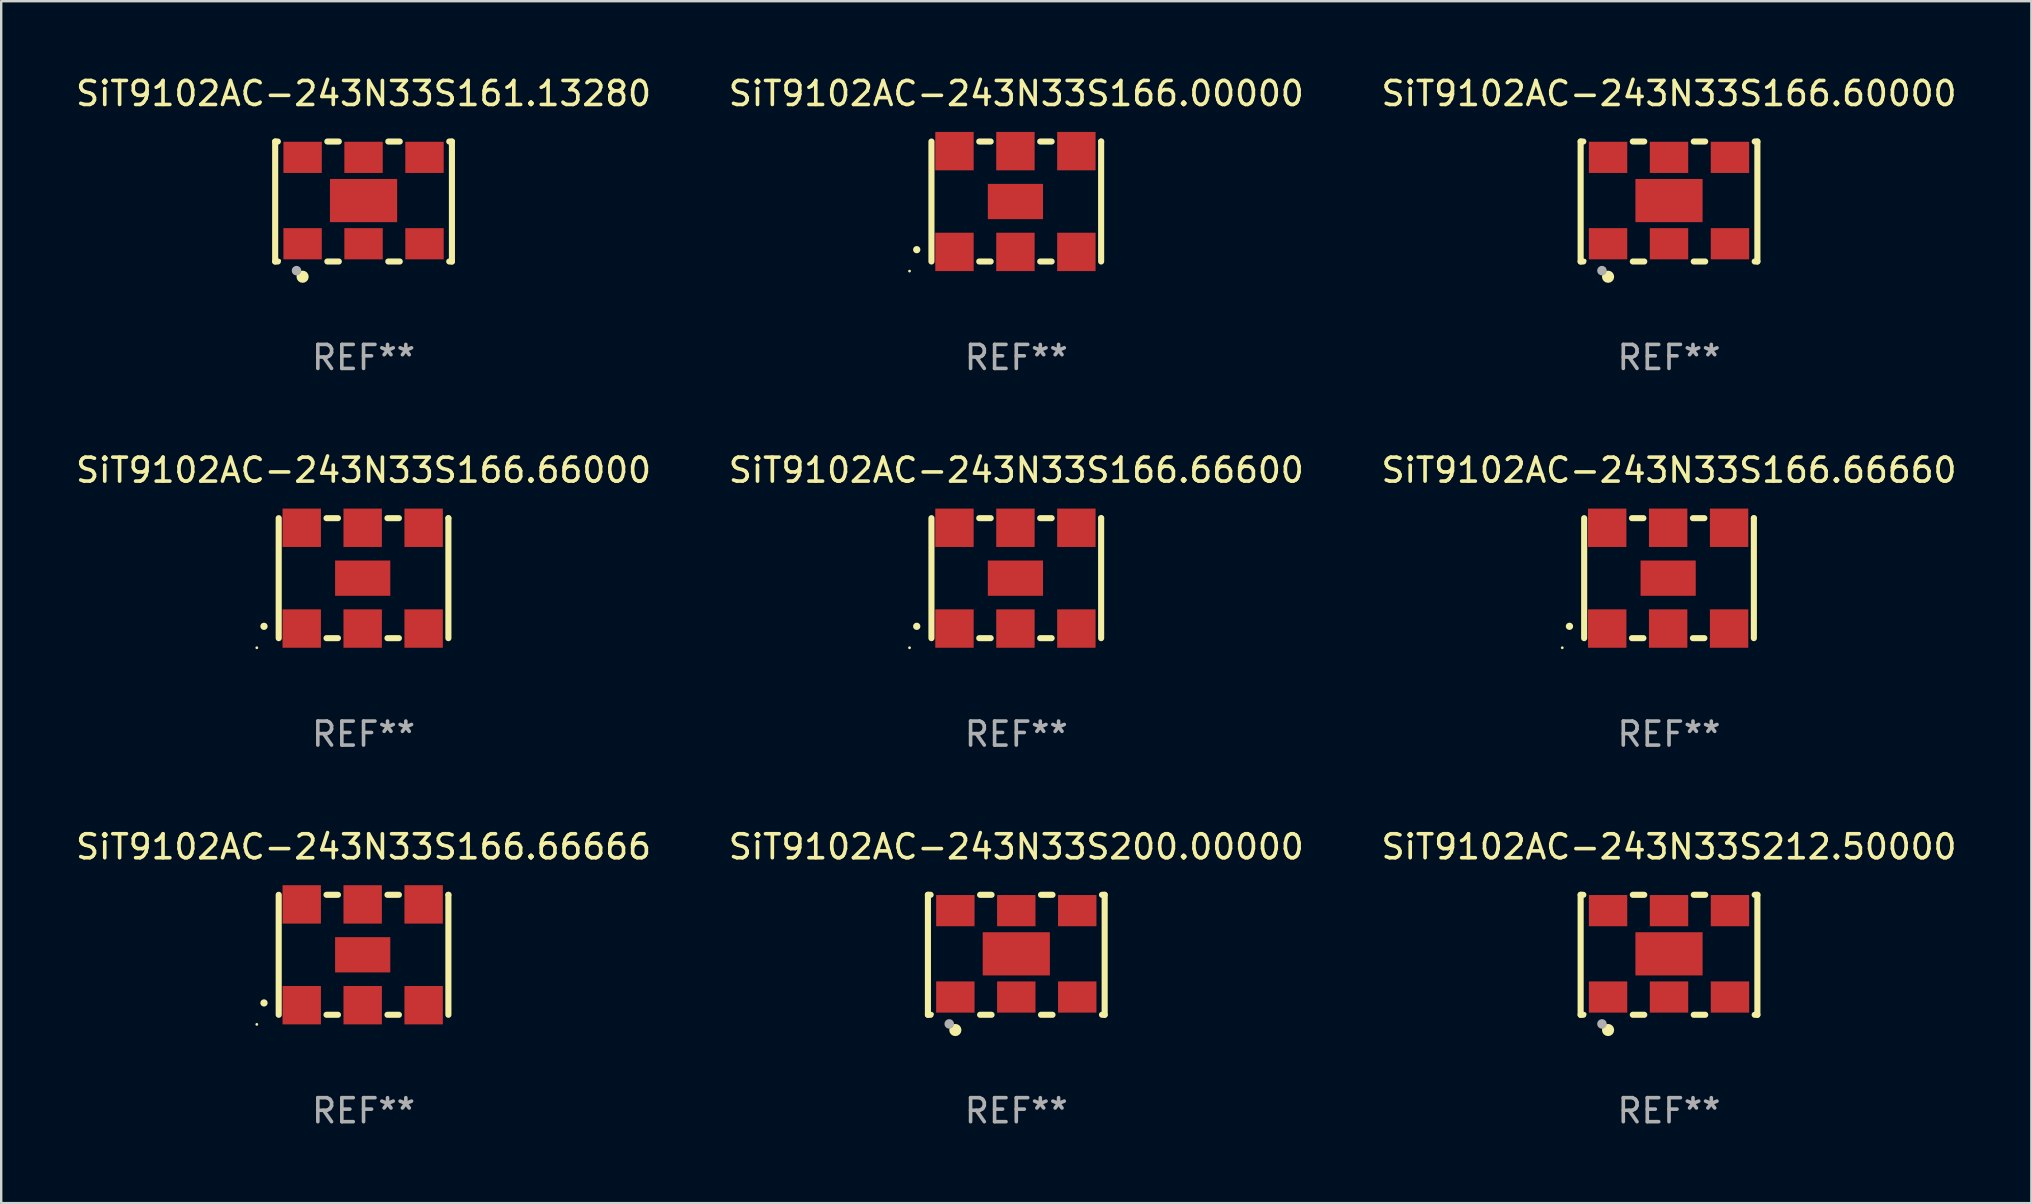
<source format=kicad_pcb>
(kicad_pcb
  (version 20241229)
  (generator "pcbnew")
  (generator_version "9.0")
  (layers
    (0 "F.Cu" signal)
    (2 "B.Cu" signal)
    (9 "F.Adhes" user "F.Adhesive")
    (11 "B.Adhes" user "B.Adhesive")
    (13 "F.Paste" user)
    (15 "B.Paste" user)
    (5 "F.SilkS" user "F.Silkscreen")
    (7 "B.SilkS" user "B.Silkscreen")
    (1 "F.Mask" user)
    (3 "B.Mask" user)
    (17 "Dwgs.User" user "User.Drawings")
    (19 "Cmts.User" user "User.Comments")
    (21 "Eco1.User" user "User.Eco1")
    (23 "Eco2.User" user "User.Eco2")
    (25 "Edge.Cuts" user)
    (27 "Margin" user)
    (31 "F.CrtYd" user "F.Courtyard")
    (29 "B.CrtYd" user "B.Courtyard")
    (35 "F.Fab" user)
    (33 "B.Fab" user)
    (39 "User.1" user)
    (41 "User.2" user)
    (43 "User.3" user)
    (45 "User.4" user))
  (footprint "SiT9102AC-243N33S161.13280"
    (layer "F.Cu")
    (at 12.101 5.348)
    (property "Reference" "SiT9102AC-243N33S161.13280" (at 0 -4.5 0) (layer "F.SilkS") (effects (font (size 1 1) (thickness 0.15))))
    (attr through_hole)
    (fp_line (start -3.683 -2.5) (end -3.571 -2.5) (stroke (width 0.254) (type solid)) (layer "F.SilkS"))
    (fp_line (start -3.683 2.5) (end -3.683 -2.5) (stroke (width 0.254) (type solid)) (layer "F.SilkS"))
    (fp_line (start -3.683 2.5) (end -3.571 2.5) (stroke (width 0.254) (type solid)) (layer "F.SilkS"))
    (fp_line (start -1.509 -2.5) (end -1.031 -2.5) (stroke (width 0.254) (type solid)) (layer "F.SilkS"))
    (fp_line (start -1.509 2.5) (end -1.031 2.5) (stroke (width 0.254) (type solid)) (layer "F.SilkS"))
    (fp_line (start 1.031 -2.5) (end 1.509 -2.5) (stroke (width 0.254) (type solid)) (layer "F.SilkS"))
    (fp_line (start 1.031 2.5) (end 1.509 2.5) (stroke (width 0.254) (type solid)) (layer "F.SilkS"))
    (fp_line (start 3.571 -2.5) (end 3.683 -2.5) (stroke (width 0.254) (type solid)) (layer "F.SilkS"))
    (fp_line (start 3.571 2.5) (end 3.683 2.5) (stroke (width 0.254) (type solid)) (layer "F.SilkS"))
    (fp_line (start 3.683 2.5) (end 3.683 -2.5) (stroke (width 0.254) (type solid)) (layer "F.SilkS"))
    (fp_circle (center -3.5 2.46) (end -3.47 2.46) (stroke (width 0.06) (type solid)) (fill no) (layer "F.SilkS"))
    (fp_circle (center -2.54 3.135) (end -2.413 3.135) (stroke (width 0.254) (type solid)) (fill no) (layer "F.SilkS"))
    (fp_circle (center -2.794 2.881) (end -2.694 2.881) (stroke (width 0.2) (type solid)) (fill no) (layer "F.Fab"))
    (fp_text user "REF**" (at 0 6.5 0) (layer "F.Fab") (effects (font (size 1 1) (thickness 0.15))))
    (pad "1" smd rect (at -2.54 1.76) (size 1.6 1.3) (layers "F.Cu" "F.Mask" "F.Paste"))
    (pad "2" smd rect (at 0 1.76) (size 1.6 1.3) (layers "F.Cu" "F.Mask" "F.Paste"))
    (pad "3" smd rect (at 2.54 1.76) (size 1.6 1.3) (layers "F.Cu" "F.Mask" "F.Paste"))
    (pad "4" smd rect (at 2.54 -1.84) (size 1.6 1.3) (layers "F.Cu" "F.Mask" "F.Paste"))
    (pad "5" smd rect (at 0 -1.84) (size 1.6 1.3) (layers "F.Cu" "F.Mask" "F.Paste"))
    (pad "6" smd rect (at -2.54 -1.84) (size 1.6 1.3) (layers "F.Cu" "F.Mask" "F.Paste"))
    (pad "7" smd rect (at 0 -0.04) (size 2.8 1.8) (layers "F.Cu" "F.Mask" "F.Paste")))
  (footprint "SiT9102AC-243N33S200.00000"
    (layer "F.Cu")
    (at 39.304 36.741)
    (property "Reference" "SiT9102AC-243N33S200.00000" (at 0 -4.5 0) (layer "F.SilkS") (effects (font (size 1 1) (thickness 0.15))))
    (attr through_hole)
    (fp_line (start -3.683 -2.5) (end -3.571 -2.5) (stroke (width 0.254) (type solid)) (layer "F.SilkS"))
    (fp_line (start -3.683 2.5) (end -3.683 -2.5) (stroke (width 0.254) (type solid)) (layer "F.SilkS"))
    (fp_line (start -3.683 2.5) (end -3.571 2.5) (stroke (width 0.254) (type solid)) (layer "F.SilkS"))
    (fp_line (start -1.509 -2.5) (end -1.031 -2.5) (stroke (width 0.254) (type solid)) (layer "F.SilkS"))
    (fp_line (start -1.509 2.5) (end -1.031 2.5) (stroke (width 0.254) (type solid)) (layer "F.SilkS"))
    (fp_line (start 1.031 -2.5) (end 1.509 -2.5) (stroke (width 0.254) (type solid)) (layer "F.SilkS"))
    (fp_line (start 1.031 2.5) (end 1.509 2.5) (stroke (width 0.254) (type solid)) (layer "F.SilkS"))
    (fp_line (start 3.571 -2.5) (end 3.683 -2.5) (stroke (width 0.254) (type solid)) (layer "F.SilkS"))
    (fp_line (start 3.571 2.5) (end 3.683 2.5) (stroke (width 0.254) (type solid)) (layer "F.SilkS"))
    (fp_line (start 3.683 2.5) (end 3.683 -2.5) (stroke (width 0.254) (type solid)) (layer "F.SilkS"))
    (fp_circle (center -3.5 2.46) (end -3.47 2.46) (stroke (width 0.06) (type solid)) (fill no) (layer "F.SilkS"))
    (fp_circle (center -2.54 3.135) (end -2.413 3.135) (stroke (width 0.254) (type solid)) (fill no) (layer "F.SilkS"))
    (fp_circle (center -2.794 2.881) (end -2.694 2.881) (stroke (width 0.2) (type solid)) (fill no) (layer "F.Fab"))
    (fp_text user "REF**" (at 0 6.5 0) (layer "F.Fab") (effects (font (size 1 1) (thickness 0.15))))
    (pad "1" smd rect (at -2.54 1.76) (size 1.6 1.3) (layers "F.Cu" "F.Mask" "F.Paste"))
    (pad "2" smd rect (at 0 1.76) (size 1.6 1.3) (layers "F.Cu" "F.Mask" "F.Paste"))
    (pad "3" smd rect (at 2.54 1.76) (size 1.6 1.3) (layers "F.Cu" "F.Mask" "F.Paste"))
    (pad "4" smd rect (at 2.54 -1.84) (size 1.6 1.3) (layers "F.Cu" "F.Mask" "F.Paste"))
    (pad "5" smd rect (at 0 -1.84) (size 1.6 1.3) (layers "F.Cu" "F.Mask" "F.Paste"))
    (pad "6" smd rect (at -2.54 -1.84) (size 1.6 1.3) (layers "F.Cu" "F.Mask" "F.Paste"))
    (pad "7" smd rect (at 0 -0.04) (size 2.8 1.8) (layers "F.Cu" "F.Mask" "F.Paste")))
  (footprint "SiT9102AC-243N33S212.50000"
    (layer "F.Cu")
    (at 66.506 36.741)
    (property "Reference" "SiT9102AC-243N33S212.50000" (at 0 -4.5 0) (layer "F.SilkS") (effects (font (size 1 1) (thickness 0.15))))
    (attr through_hole)
    (fp_line (start -3.683 -2.5) (end -3.571 -2.5) (stroke (width 0.254) (type solid)) (layer "F.SilkS"))
    (fp_line (start -3.683 2.5) (end -3.683 -2.5) (stroke (width 0.254) (type solid)) (layer "F.SilkS"))
    (fp_line (start -3.683 2.5) (end -3.571 2.5) (stroke (width 0.254) (type solid)) (layer "F.SilkS"))
    (fp_line (start -1.509 -2.5) (end -1.031 -2.5) (stroke (width 0.254) (type solid)) (layer "F.SilkS"))
    (fp_line (start -1.509 2.5) (end -1.031 2.5) (stroke (width 0.254) (type solid)) (layer "F.SilkS"))
    (fp_line (start 1.031 -2.5) (end 1.509 -2.5) (stroke (width 0.254) (type solid)) (layer "F.SilkS"))
    (fp_line (start 1.031 2.5) (end 1.509 2.5) (stroke (width 0.254) (type solid)) (layer "F.SilkS"))
    (fp_line (start 3.571 -2.5) (end 3.683 -2.5) (stroke (width 0.254) (type solid)) (layer "F.SilkS"))
    (fp_line (start 3.571 2.5) (end 3.683 2.5) (stroke (width 0.254) (type solid)) (layer "F.SilkS"))
    (fp_line (start 3.683 2.5) (end 3.683 -2.5) (stroke (width 0.254) (type solid)) (layer "F.SilkS"))
    (fp_circle (center -3.5 2.46) (end -3.47 2.46) (stroke (width 0.06) (type solid)) (fill no) (layer "F.SilkS"))
    (fp_circle (center -2.54 3.135) (end -2.413 3.135) (stroke (width 0.254) (type solid)) (fill no) (layer "F.SilkS"))
    (fp_circle (center -2.794 2.881) (end -2.694 2.881) (stroke (width 0.2) (type solid)) (fill no) (layer "F.Fab"))
    (fp_text user "REF**" (at 0 6.5 0) (layer "F.Fab") (effects (font (size 1 1) (thickness 0.15))))
    (pad "1" smd rect (at -2.54 1.76) (size 1.6 1.3) (layers "F.Cu" "F.Mask" "F.Paste"))
    (pad "2" smd rect (at 0 1.76) (size 1.6 1.3) (layers "F.Cu" "F.Mask" "F.Paste"))
    (pad "3" smd rect (at 2.54 1.76) (size 1.6 1.3) (layers "F.Cu" "F.Mask" "F.Paste"))
    (pad "4" smd rect (at 2.54 -1.84) (size 1.6 1.3) (layers "F.Cu" "F.Mask" "F.Paste"))
    (pad "5" smd rect (at 0 -1.84) (size 1.6 1.3) (layers "F.Cu" "F.Mask" "F.Paste"))
    (pad "6" smd rect (at -2.54 -1.84) (size 1.6 1.3) (layers "F.Cu" "F.Mask" "F.Paste"))
    (pad "7" smd rect (at 0 -0.04) (size 2.8 1.8) (layers "F.Cu" "F.Mask" "F.Paste")))
  (footprint "SiT9102AC-243N33S166.66666"
    (layer "F.Cu")
    (at 12.101 36.741)
    (property "Reference" "SiT9102AC-243N33S166.66666" (at 0 -4.5 0) (layer "F.SilkS") (effects (font (size 1 1) (thickness 0.15))))
    (attr through_hole)
    (fp_line (start -3.536 -2.5) (end -3.536 2.5) (stroke (width 0.254) (type solid)) (layer "F.SilkS"))
    (fp_line (start -1.544 2.5) (end -1.067 2.5) (stroke (width 0.254) (type solid)) (layer "F.SilkS"))
    (fp_line (start -1.067 -2.5) (end -1.544 -2.5) (stroke (width 0.254) (type solid)) (layer "F.SilkS"))
    (fp_line (start 0.996 2.5) (end 1.473 2.5) (stroke (width 0.254) (type solid)) (layer "F.SilkS"))
    (fp_line (start 1.473 -2.5) (end 0.996 -2.5) (stroke (width 0.254) (type solid)) (layer "F.SilkS"))
    (fp_line (start 3.536 -2.5) (end 3.536 -2.5) (stroke (width 0.254) (type solid)) (layer "F.SilkS"))
    (fp_line (start 3.536 2.5) (end 3.536 -2.5) (stroke (width 0.254) (type solid)) (layer "F.SilkS"))
    (fp_arc (start -4.150432 2.006604) (mid -4.149162 2.006599) (end -4.147892 2.006604) (stroke (width 0.3) (type solid)) (layer "F.SilkS"))
    (fp_circle (center -4.449 2.9) (end -4.419 2.9) (stroke (width 0.06) (type solid)) (fill no) (layer "F.SilkS"))
    (fp_text user "REF**" (at 0 6.5 0) (layer "F.Fab") (effects (font (size 1 1) (thickness 0.15))))
    (pad "1" smd rect (at -2.576 2.1) (size 1.6 1.6) (layers "F.Cu" "F.Mask" "F.Paste"))
    (pad "2" smd rect (at -0.036 2.1) (size 1.6 1.6) (layers "F.Cu" "F.Mask" "F.Paste"))
    (pad "3" smd rect (at 2.504 2.1) (size 1.6 1.6) (layers "F.Cu" "F.Mask" "F.Paste"))
    (pad "4" smd rect (at 2.504 -2.1) (size 1.6 1.6) (layers "F.Cu" "F.Mask" "F.Paste"))
    (pad "5" smd rect (at -0.036 -2.1) (size 1.6 1.6) (layers "F.Cu" "F.Mask" "F.Paste"))
    (pad "6" smd rect (at -2.576 -2.1) (size 1.6 1.6) (layers "F.Cu" "F.Mask" "F.Paste"))
    (pad "7" smd rect (at -0.036 0) (size 2.3 1.47) (layers "F.Cu" "F.Mask" "F.Paste")))
  (footprint "SiT9102AC-243N33S166.00000"
    (layer "F.Cu")
    (at 39.304 5.348)
    (property "Reference" "SiT9102AC-243N33S166.00000" (at 0 -4.5 0) (layer "F.SilkS") (effects (font (size 1 1) (thickness 0.15))))
    (attr through_hole)
    (fp_line (start -3.536 -2.5) (end -3.536 2.5) (stroke (width 0.254) (type solid)) (layer "F.SilkS"))
    (fp_line (start -1.544 2.5) (end -1.067 2.5) (stroke (width 0.254) (type solid)) (layer "F.SilkS"))
    (fp_line (start -1.067 -2.5) (end -1.544 -2.5) (stroke (width 0.254) (type solid)) (layer "F.SilkS"))
    (fp_line (start 0.996 2.5) (end 1.473 2.5) (stroke (width 0.254) (type solid)) (layer "F.SilkS"))
    (fp_line (start 1.473 -2.5) (end 0.996 -2.5) (stroke (width 0.254) (type solid)) (layer "F.SilkS"))
    (fp_line (start 3.536 -2.5) (end 3.536 -2.5) (stroke (width 0.254) (type solid)) (layer "F.SilkS"))
    (fp_line (start 3.536 2.5) (end 3.536 -2.5) (stroke (width 0.254) (type solid)) (layer "F.SilkS"))
    (fp_arc (start -4.150432 2.006604) (mid -4.149162 2.006599) (end -4.147892 2.006604) (stroke (width 0.3) (type solid)) (layer "F.SilkS"))
    (fp_circle (center -4.449 2.9) (end -4.419 2.9) (stroke (width 0.06) (type solid)) (fill no) (layer "F.SilkS"))
    (fp_text user "REF**" (at 0 6.5 0) (layer "F.Fab") (effects (font (size 1 1) (thickness 0.15))))
    (pad "1" smd rect (at -2.576 2.1) (size 1.6 1.6) (layers "F.Cu" "F.Mask" "F.Paste"))
    (pad "2" smd rect (at -0.036 2.1) (size 1.6 1.6) (layers "F.Cu" "F.Mask" "F.Paste"))
    (pad "3" smd rect (at 2.504 2.1) (size 1.6 1.6) (layers "F.Cu" "F.Mask" "F.Paste"))
    (pad "4" smd rect (at 2.504 -2.1) (size 1.6 1.6) (layers "F.Cu" "F.Mask" "F.Paste"))
    (pad "5" smd rect (at -0.036 -2.1) (size 1.6 1.6) (layers "F.Cu" "F.Mask" "F.Paste"))
    (pad "6" smd rect (at -2.576 -2.1) (size 1.6 1.6) (layers "F.Cu" "F.Mask" "F.Paste"))
    (pad "7" smd rect (at -0.036 0) (size 2.3 1.47) (layers "F.Cu" "F.Mask" "F.Paste")))
  (footprint "SiT9102AC-243N33S166.66600"
    (layer "F.Cu")
    (at 39.304 21.045)
    (property "Reference" "SiT9102AC-243N33S166.66600" (at 0 -4.5 0) (layer "F.SilkS") (effects (font (size 1 1) (thickness 0.15))))
    (attr through_hole)
    (fp_line (start -3.536 -2.5) (end -3.536 2.5) (stroke (width 0.254) (type solid)) (layer "F.SilkS"))
    (fp_line (start -1.544 2.5) (end -1.067 2.5) (stroke (width 0.254) (type solid)) (layer "F.SilkS"))
    (fp_line (start -1.067 -2.5) (end -1.544 -2.5) (stroke (width 0.254) (type solid)) (layer "F.SilkS"))
    (fp_line (start 0.996 2.5) (end 1.473 2.5) (stroke (width 0.254) (type solid)) (layer "F.SilkS"))
    (fp_line (start 1.473 -2.5) (end 0.996 -2.5) (stroke (width 0.254) (type solid)) (layer "F.SilkS"))
    (fp_line (start 3.536 -2.5) (end 3.536 -2.5) (stroke (width 0.254) (type solid)) (layer "F.SilkS"))
    (fp_line (start 3.536 2.5) (end 3.536 -2.5) (stroke (width 0.254) (type solid)) (layer "F.SilkS"))
    (fp_arc (start -4.150432 2.006604) (mid -4.149162 2.006599) (end -4.147892 2.006604) (stroke (width 0.3) (type solid)) (layer "F.SilkS"))
    (fp_circle (center -4.449 2.9) (end -4.419 2.9) (stroke (width 0.06) (type solid)) (fill no) (layer "F.SilkS"))
    (fp_text user "REF**" (at 0 6.5 0) (layer "F.Fab") (effects (font (size 1 1) (thickness 0.15))))
    (pad "1" smd rect (at -2.576 2.1) (size 1.6 1.6) (layers "F.Cu" "F.Mask" "F.Paste"))
    (pad "2" smd rect (at -0.036 2.1) (size 1.6 1.6) (layers "F.Cu" "F.Mask" "F.Paste"))
    (pad "3" smd rect (at 2.504 2.1) (size 1.6 1.6) (layers "F.Cu" "F.Mask" "F.Paste"))
    (pad "4" smd rect (at 2.504 -2.1) (size 1.6 1.6) (layers "F.Cu" "F.Mask" "F.Paste"))
    (pad "5" smd rect (at -0.036 -2.1) (size 1.6 1.6) (layers "F.Cu" "F.Mask" "F.Paste"))
    (pad "6" smd rect (at -2.576 -2.1) (size 1.6 1.6) (layers "F.Cu" "F.Mask" "F.Paste"))
    (pad "7" smd rect (at -0.036 0) (size 2.3 1.47) (layers "F.Cu" "F.Mask" "F.Paste")))
  (footprint "SiT9102AC-243N33S166.66660"
    (layer "F.Cu")
    (at 66.506 21.045)
    (property "Reference" "SiT9102AC-243N33S166.66660" (at 0 -4.5 0) (layer "F.SilkS") (effects (font (size 1 1) (thickness 0.15))))
    (attr through_hole)
    (fp_line (start -3.536 -2.5) (end -3.536 2.5) (stroke (width 0.254) (type solid)) (layer "F.SilkS"))
    (fp_line (start -1.544 2.5) (end -1.067 2.5) (stroke (width 0.254) (type solid)) (layer "F.SilkS"))
    (fp_line (start -1.067 -2.5) (end -1.544 -2.5) (stroke (width 0.254) (type solid)) (layer "F.SilkS"))
    (fp_line (start 0.996 2.5) (end 1.473 2.5) (stroke (width 0.254) (type solid)) (layer "F.SilkS"))
    (fp_line (start 1.473 -2.5) (end 0.996 -2.5) (stroke (width 0.254) (type solid)) (layer "F.SilkS"))
    (fp_line (start 3.536 -2.5) (end 3.536 -2.5) (stroke (width 0.254) (type solid)) (layer "F.SilkS"))
    (fp_line (start 3.536 2.5) (end 3.536 -2.5) (stroke (width 0.254) (type solid)) (layer "F.SilkS"))
    (fp_arc (start -4.150432 2.006604) (mid -4.149162 2.006599) (end -4.147892 2.006604) (stroke (width 0.3) (type solid)) (layer "F.SilkS"))
    (fp_circle (center -4.449 2.9) (end -4.419 2.9) (stroke (width 0.06) (type solid)) (fill no) (layer "F.SilkS"))
    (fp_text user "REF**" (at 0 6.5 0) (layer "F.Fab") (effects (font (size 1 1) (thickness 0.15))))
    (pad "1" smd rect (at -2.576 2.1) (size 1.6 1.6) (layers "F.Cu" "F.Mask" "F.Paste"))
    (pad "2" smd rect (at -0.036 2.1) (size 1.6 1.6) (layers "F.Cu" "F.Mask" "F.Paste"))
    (pad "3" smd rect (at 2.504 2.1) (size 1.6 1.6) (layers "F.Cu" "F.Mask" "F.Paste"))
    (pad "4" smd rect (at 2.504 -2.1) (size 1.6 1.6) (layers "F.Cu" "F.Mask" "F.Paste"))
    (pad "5" smd rect (at -0.036 -2.1) (size 1.6 1.6) (layers "F.Cu" "F.Mask" "F.Paste"))
    (pad "6" smd rect (at -2.576 -2.1) (size 1.6 1.6) (layers "F.Cu" "F.Mask" "F.Paste"))
    (pad "7" smd rect (at -0.036 0) (size 2.3 1.47) (layers "F.Cu" "F.Mask" "F.Paste")))
  (footprint "SiT9102AC-243N33S166.66000"
    (layer "F.Cu")
    (at 12.101 21.045)
    (property "Reference" "SiT9102AC-243N33S166.66000" (at 0 -4.5 0) (layer "F.SilkS") (effects (font (size 1 1) (thickness 0.15))))
    (attr through_hole)
    (fp_line (start -3.536 -2.5) (end -3.536 2.5) (stroke (width 0.254) (type solid)) (layer "F.SilkS"))
    (fp_line (start -1.544 2.5) (end -1.067 2.5) (stroke (width 0.254) (type solid)) (layer "F.SilkS"))
    (fp_line (start -1.067 -2.5) (end -1.544 -2.5) (stroke (width 0.254) (type solid)) (layer "F.SilkS"))
    (fp_line (start 0.996 2.5) (end 1.473 2.5) (stroke (width 0.254) (type solid)) (layer "F.SilkS"))
    (fp_line (start 1.473 -2.5) (end 0.996 -2.5) (stroke (width 0.254) (type solid)) (layer "F.SilkS"))
    (fp_line (start 3.536 -2.5) (end 3.536 -2.5) (stroke (width 0.254) (type solid)) (layer "F.SilkS"))
    (fp_line (start 3.536 2.5) (end 3.536 -2.5) (stroke (width 0.254) (type solid)) (layer "F.SilkS"))
    (fp_arc (start -4.150432 2.006604) (mid -4.149162 2.006599) (end -4.147892 2.006604) (stroke (width 0.3) (type solid)) (layer "F.SilkS"))
    (fp_circle (center -4.449 2.9) (end -4.419 2.9) (stroke (width 0.06) (type solid)) (fill no) (layer "F.SilkS"))
    (fp_text user "REF**" (at 0 6.5 0) (layer "F.Fab") (effects (font (size 1 1) (thickness 0.15))))
    (pad "1" smd rect (at -2.576 2.1) (size 1.6 1.6) (layers "F.Cu" "F.Mask" "F.Paste"))
    (pad "2" smd rect (at -0.036 2.1) (size 1.6 1.6) (layers "F.Cu" "F.Mask" "F.Paste"))
    (pad "3" smd rect (at 2.504 2.1) (size 1.6 1.6) (layers "F.Cu" "F.Mask" "F.Paste"))
    (pad "4" smd rect (at 2.504 -2.1) (size 1.6 1.6) (layers "F.Cu" "F.Mask" "F.Paste"))
    (pad "5" smd rect (at -0.036 -2.1) (size 1.6 1.6) (layers "F.Cu" "F.Mask" "F.Paste"))
    (pad "6" smd rect (at -2.576 -2.1) (size 1.6 1.6) (layers "F.Cu" "F.Mask" "F.Paste"))
    (pad "7" smd rect (at -0.036 0) (size 2.3 1.47) (layers "F.Cu" "F.Mask" "F.Paste")))
  (footprint "SiT9102AC-243N33S166.60000"
    (layer "F.Cu")
    (at 66.506 5.348)
    (property "Reference" "SiT9102AC-243N33S166.60000" (at 0 -4.5 0) (layer "F.SilkS") (effects (font (size 1 1) (thickness 0.15))))
    (attr through_hole)
    (fp_line (start -3.683 -2.5) (end -3.571 -2.5) (stroke (width 0.254) (type solid)) (layer "F.SilkS"))
    (fp_line (start -3.683 2.5) (end -3.683 -2.5) (stroke (width 0.254) (type solid)) (layer "F.SilkS"))
    (fp_line (start -3.683 2.5) (end -3.571 2.5) (stroke (width 0.254) (type solid)) (layer "F.SilkS"))
    (fp_line (start -1.509 -2.5) (end -1.031 -2.5) (stroke (width 0.254) (type solid)) (layer "F.SilkS"))
    (fp_line (start -1.509 2.5) (end -1.031 2.5) (stroke (width 0.254) (type solid)) (layer "F.SilkS"))
    (fp_line (start 1.031 -2.5) (end 1.509 -2.5) (stroke (width 0.254) (type solid)) (layer "F.SilkS"))
    (fp_line (start 1.031 2.5) (end 1.509 2.5) (stroke (width 0.254) (type solid)) (layer "F.SilkS"))
    (fp_line (start 3.571 -2.5) (end 3.683 -2.5) (stroke (width 0.254) (type solid)) (layer "F.SilkS"))
    (fp_line (start 3.571 2.5) (end 3.683 2.5) (stroke (width 0.254) (type solid)) (layer "F.SilkS"))
    (fp_line (start 3.683 2.5) (end 3.683 -2.5) (stroke (width 0.254) (type solid)) (layer "F.SilkS"))
    (fp_circle (center -3.5 2.46) (end -3.47 2.46) (stroke (width 0.06) (type solid)) (fill no) (layer "F.SilkS"))
    (fp_circle (center -2.54 3.135) (end -2.413 3.135) (stroke (width 0.254) (type solid)) (fill no) (layer "F.SilkS"))
    (fp_circle (center -2.794 2.881) (end -2.694 2.881) (stroke (width 0.2) (type solid)) (fill no) (layer "F.Fab"))
    (fp_text user "REF**" (at 0 6.5 0) (layer "F.Fab") (effects (font (size 1 1) (thickness 0.15))))
    (pad "1" smd rect (at -2.54 1.76) (size 1.6 1.3) (layers "F.Cu" "F.Mask" "F.Paste"))
    (pad "2" smd rect (at 0 1.76) (size 1.6 1.3) (layers "F.Cu" "F.Mask" "F.Paste"))
    (pad "3" smd rect (at 2.54 1.76) (size 1.6 1.3) (layers "F.Cu" "F.Mask" "F.Paste"))
    (pad "4" smd rect (at 2.54 -1.84) (size 1.6 1.3) (layers "F.Cu" "F.Mask" "F.Paste"))
    (pad "5" smd rect (at 0 -1.84) (size 1.6 1.3) (layers "F.Cu" "F.Mask" "F.Paste"))
    (pad "6" smd rect (at -2.54 -1.84) (size 1.6 1.3) (layers "F.Cu" "F.Mask" "F.Paste"))
    (pad "7" smd rect (at 0 -0.04) (size 2.8 1.8) (layers "F.Cu" "F.Mask" "F.Paste")))
  (gr_rect
    (start -3 -3)
    (end 81.607 47.09)
    (stroke (width 0.1) (type default))
    (fill no)
    (layer "Edge.Cuts")))
</source>
